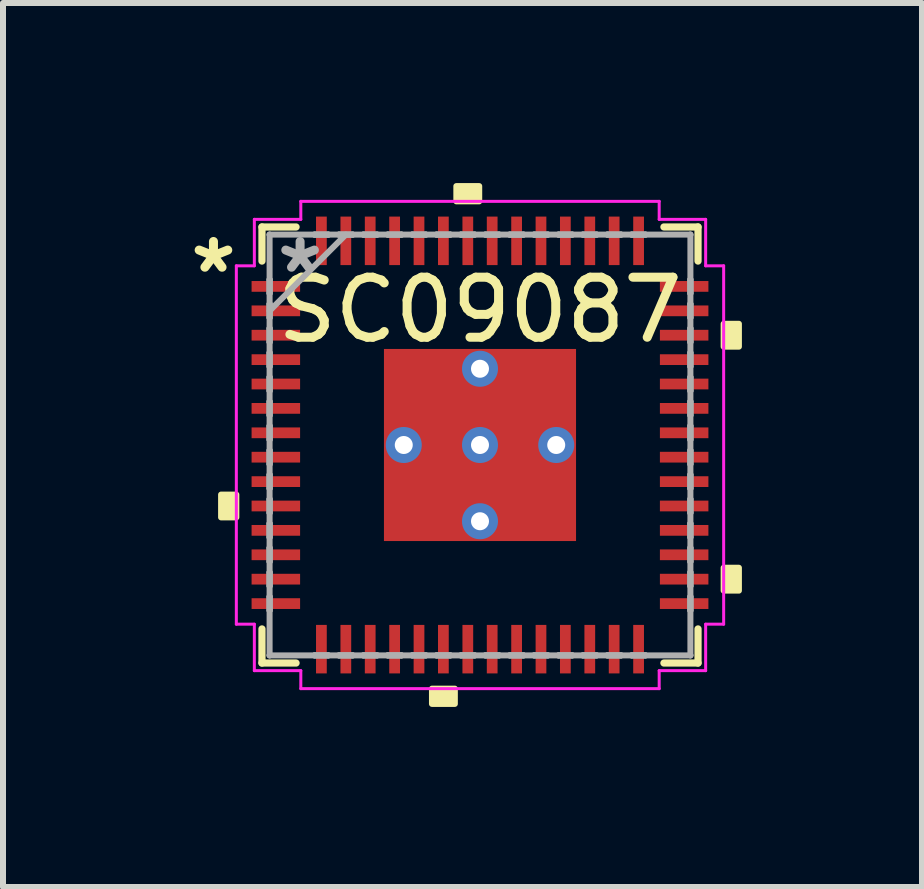
<source format=kicad_pcb>
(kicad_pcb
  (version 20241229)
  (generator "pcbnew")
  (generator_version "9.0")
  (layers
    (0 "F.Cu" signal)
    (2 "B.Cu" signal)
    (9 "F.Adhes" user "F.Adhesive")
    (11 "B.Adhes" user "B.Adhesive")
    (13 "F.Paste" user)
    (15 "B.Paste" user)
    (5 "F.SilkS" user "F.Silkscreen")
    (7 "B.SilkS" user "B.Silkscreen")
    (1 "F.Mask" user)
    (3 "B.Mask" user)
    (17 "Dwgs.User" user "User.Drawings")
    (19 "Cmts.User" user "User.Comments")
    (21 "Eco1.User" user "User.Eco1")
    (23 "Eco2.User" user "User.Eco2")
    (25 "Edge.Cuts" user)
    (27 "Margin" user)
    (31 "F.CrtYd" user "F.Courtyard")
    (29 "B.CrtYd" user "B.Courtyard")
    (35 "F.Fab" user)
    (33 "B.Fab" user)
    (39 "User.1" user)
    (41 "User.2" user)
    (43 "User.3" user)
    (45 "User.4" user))
  (footprint "SC09087"
    (layer "F.Cu")
    (at 4.946 4.363)
    (property "Reference" "SC09087" (at 0 -2.25 0) (layer "F.SilkS") (effects (font (size 1 1) (thickness 0.15))))
    (attr smd)
    (fp_line (start -3.632 -3.632) (end -3.632 -3.064) (stroke (width 0.12) (type solid)) (layer "F.SilkS"))
    (fp_line (start -3.632 3.064) (end -3.632 3.632) (stroke (width 0.12) (type solid)) (layer "F.SilkS"))
    (fp_line (start -3.632 3.632) (end -3.064 3.632) (stroke (width 0.12) (type solid)) (layer "F.SilkS"))
    (fp_line (start -3.064 -3.632) (end -3.632 -3.632) (stroke (width 0.12) (type solid)) (layer "F.SilkS"))
    (fp_line (start 3.064 3.632) (end 3.632 3.632) (stroke (width 0.12) (type solid)) (layer "F.SilkS"))
    (fp_line (start 3.632 -3.632) (end 3.064 -3.632) (stroke (width 0.12) (type solid)) (layer "F.SilkS"))
    (fp_line (start 3.632 -3.064) (end 3.632 -3.632) (stroke (width 0.12) (type solid)) (layer "F.SilkS"))
    (fp_line (start 3.632 3.632) (end 3.632 3.064) (stroke (width 0.12) (type solid)) (layer "F.SilkS"))
    (fp_poly (pts (xy -4.313 0.826) (xy -4.313 1.206) (xy -4.059 1.206) (xy -4.059 0.826)) (stroke (width 0.1) (type solid)) (fill yes) (layer "F.SilkS"))
    (fp_poly (pts (xy -0.8 4.059) (xy -0.8 4.313) (xy -0.419 4.313) (xy -0.419 4.059)) (stroke (width 0.1) (type solid)) (fill yes) (layer "F.SilkS"))
    (fp_poly (pts (xy -0.394 -4.059) (xy -0.394 -4.313) (xy -0.013 -4.313) (xy -0.013 -4.059)) (stroke (width 0.1) (type solid)) (fill yes) (layer "F.SilkS"))
    (fp_poly (pts (xy 4.313 -2.019) (xy 4.313 -1.638) (xy 4.059 -1.638) (xy 4.059 -2.019)) (stroke (width 0.1) (type solid)) (fill yes) (layer "F.SilkS"))
    (fp_poly (pts (xy 4.313 2.045) (xy 4.313 2.426) (xy 4.059 2.426) (xy 4.059 2.045)) (stroke (width 0.1) (type solid)) (fill yes) (layer "F.SilkS"))
    (fp_poly (pts (xy -1.5 -1.5) (xy -1.5 -0.1) (xy -0.1 -0.1) (xy -0.1 -1.5)) (stroke (width 0.1) (type solid)) (fill yes) (layer "F.Paste"))
    (fp_poly (pts (xy -1.5 0.1) (xy -1.5 1.5) (xy -0.1 1.5) (xy -0.1 0.1)) (stroke (width 0.1) (type solid)) (fill yes) (layer "F.Paste"))
    (fp_poly (pts (xy 0.1 -1.5) (xy 0.1 -0.1) (xy 1.5 -0.1) (xy 1.5 -1.5)) (stroke (width 0.1) (type solid)) (fill yes) (layer "F.Paste"))
    (fp_poly (pts (xy 0.1 0.1) (xy 0.1 1.5) (xy 1.5 1.5) (xy 1.5 0.1)) (stroke (width 0.1) (type solid)) (fill yes) (layer "F.Paste"))
    (fp_line (start -4.059 -2.985) (end -3.759 -2.985) (stroke (width 0.05) (type solid)) (layer "F.CrtYd"))
    (fp_line (start -4.059 2.985) (end -4.059 -2.985) (stroke (width 0.05) (type solid)) (layer "F.CrtYd"))
    (fp_line (start -3.759 -3.759) (end -2.985 -3.759) (stroke (width 0.05) (type solid)) (layer "F.CrtYd"))
    (fp_line (start -3.759 -2.985) (end -3.759 -3.759) (stroke (width 0.05) (type solid)) (layer "F.CrtYd"))
    (fp_line (start -3.759 2.985) (end -4.059 2.985) (stroke (width 0.05) (type solid)) (layer "F.CrtYd"))
    (fp_line (start -3.759 3.759) (end -3.759 2.985) (stroke (width 0.05) (type solid)) (layer "F.CrtYd"))
    (fp_line (start -2.985 -4.059) (end 2.985 -4.059) (stroke (width 0.05) (type solid)) (layer "F.CrtYd"))
    (fp_line (start -2.985 -3.759) (end -2.985 -4.059) (stroke (width 0.05) (type solid)) (layer "F.CrtYd"))
    (fp_line (start -2.985 3.759) (end -3.759 3.759) (stroke (width 0.05) (type solid)) (layer "F.CrtYd"))
    (fp_line (start -2.985 4.059) (end -2.985 3.759) (stroke (width 0.05) (type solid)) (layer "F.CrtYd"))
    (fp_line (start 2.985 -4.059) (end 2.985 -3.759) (stroke (width 0.05) (type solid)) (layer "F.CrtYd"))
    (fp_line (start 2.985 -3.759) (end 3.759 -3.759) (stroke (width 0.05) (type solid)) (layer "F.CrtYd"))
    (fp_line (start 2.985 3.759) (end 2.985 4.059) (stroke (width 0.05) (type solid)) (layer "F.CrtYd"))
    (fp_line (start 2.985 4.059) (end -2.985 4.059) (stroke (width 0.05) (type solid)) (layer "F.CrtYd"))
    (fp_line (start 3.759 -3.759) (end 3.759 -2.985) (stroke (width 0.05) (type solid)) (layer "F.CrtYd"))
    (fp_line (start 3.759 -2.985) (end 4.059 -2.985) (stroke (width 0.05) (type solid)) (layer "F.CrtYd"))
    (fp_line (start 3.759 2.985) (end 3.759 3.759) (stroke (width 0.05) (type solid)) (layer "F.CrtYd"))
    (fp_line (start 3.759 3.759) (end 2.985 3.759) (stroke (width 0.05) (type solid)) (layer "F.CrtYd"))
    (fp_line (start 4.059 -2.985) (end 4.059 2.985) (stroke (width 0.05) (type solid)) (layer "F.CrtYd"))
    (fp_line (start 4.059 2.985) (end 3.759 2.985) (stroke (width 0.05) (type solid)) (layer "F.CrtYd"))
    (fp_line (start -3.505 -3.505) (end -3.505 -3.505) (stroke (width 0.1) (type solid)) (layer "F.Fab"))
    (fp_line (start -3.505 -3.505) (end -3.505 3.505) (stroke (width 0.1) (type solid)) (layer "F.Fab"))
    (fp_line (start -3.505 -2.756) (end -3.505 -2.756) (stroke (width 0.1) (type solid)) (layer "F.Fab"))
    (fp_line (start -3.505 -2.756) (end -3.505 -2.527) (stroke (width 0.1) (type solid)) (layer "F.Fab"))
    (fp_line (start -3.505 -2.527) (end -3.505 -2.756) (stroke (width 0.1) (type solid)) (layer "F.Fab"))
    (fp_line (start -3.505 -2.527) (end -3.505 -2.527) (stroke (width 0.1) (type solid)) (layer "F.Fab"))
    (fp_line (start -3.505 -2.349) (end -3.505 -2.349) (stroke (width 0.1) (type solid)) (layer "F.Fab"))
    (fp_line (start -3.505 -2.349) (end -3.505 -2.121) (stroke (width 0.1) (type solid)) (layer "F.Fab"))
    (fp_line (start -3.505 -2.235) (end -2.235 -3.505) (stroke (width 0.1) (type solid)) (layer "F.Fab"))
    (fp_line (start -3.505 -2.121) (end -3.505 -2.349) (stroke (width 0.1) (type solid)) (layer "F.Fab"))
    (fp_line (start -3.505 -2.121) (end -3.505 -2.121) (stroke (width 0.1) (type solid)) (layer "F.Fab"))
    (fp_line (start -3.505 -1.943) (end -3.505 -1.943) (stroke (width 0.1) (type solid)) (layer "F.Fab"))
    (fp_line (start -3.505 -1.943) (end -3.505 -1.714) (stroke (width 0.1) (type solid)) (layer "F.Fab"))
    (fp_line (start -3.505 -1.714) (end -3.505 -1.943) (stroke (width 0.1) (type solid)) (layer "F.Fab"))
    (fp_line (start -3.505 -1.714) (end -3.505 -1.714) (stroke (width 0.1) (type solid)) (layer "F.Fab"))
    (fp_line (start -3.505 -1.537) (end -3.505 -1.537) (stroke (width 0.1) (type solid)) (layer "F.Fab"))
    (fp_line (start -3.505 -1.537) (end -3.505 -1.308) (stroke (width 0.1) (type solid)) (layer "F.Fab"))
    (fp_line (start -3.505 -1.308) (end -3.505 -1.537) (stroke (width 0.1) (type solid)) (layer "F.Fab"))
    (fp_line (start -3.505 -1.308) (end -3.505 -1.308) (stroke (width 0.1) (type solid)) (layer "F.Fab"))
    (fp_line (start -3.505 -1.13) (end -3.505 -1.13) (stroke (width 0.1) (type solid)) (layer "F.Fab"))
    (fp_line (start -3.505 -1.13) (end -3.505 -0.902) (stroke (width 0.1) (type solid)) (layer "F.Fab"))
    (fp_line (start -3.505 -0.902) (end -3.505 -1.13) (stroke (width 0.1) (type solid)) (layer "F.Fab"))
    (fp_line (start -3.505 -0.902) (end -3.505 -0.902) (stroke (width 0.1) (type solid)) (layer "F.Fab"))
    (fp_line (start -3.505 -0.724) (end -3.505 -0.724) (stroke (width 0.1) (type solid)) (layer "F.Fab"))
    (fp_line (start -3.505 -0.724) (end -3.505 -0.495) (stroke (width 0.1) (type solid)) (layer "F.Fab"))
    (fp_line (start -3.505 -0.495) (end -3.505 -0.724) (stroke (width 0.1) (type solid)) (layer "F.Fab"))
    (fp_line (start -3.505 -0.495) (end -3.505 -0.495) (stroke (width 0.1) (type solid)) (layer "F.Fab"))
    (fp_line (start -3.505 -0.318) (end -3.505 -0.318) (stroke (width 0.1) (type solid)) (layer "F.Fab"))
    (fp_line (start -3.505 -0.318) (end -3.505 -0.089) (stroke (width 0.1) (type solid)) (layer "F.Fab"))
    (fp_line (start -3.505 -0.089) (end -3.505 -0.318) (stroke (width 0.1) (type solid)) (layer "F.Fab"))
    (fp_line (start -3.505 -0.089) (end -3.505 -0.089) (stroke (width 0.1) (type solid)) (layer "F.Fab"))
    (fp_line (start -3.505 0.089) (end -3.505 0.089) (stroke (width 0.1) (type solid)) (layer "F.Fab"))
    (fp_line (start -3.505 0.089) (end -3.505 0.318) (stroke (width 0.1) (type solid)) (layer "F.Fab"))
    (fp_line (start -3.505 0.318) (end -3.505 0.089) (stroke (width 0.1) (type solid)) (layer "F.Fab"))
    (fp_line (start -3.505 0.318) (end -3.505 0.318) (stroke (width 0.1) (type solid)) (layer "F.Fab"))
    (fp_line (start -3.505 0.495) (end -3.505 0.495) (stroke (width 0.1) (type solid)) (layer "F.Fab"))
    (fp_line (start -3.505 0.495) (end -3.505 0.724) (stroke (width 0.1) (type solid)) (layer "F.Fab"))
    (fp_line (start -3.505 0.724) (end -3.505 0.495) (stroke (width 0.1) (type solid)) (layer "F.Fab"))
    (fp_line (start -3.505 0.724) (end -3.505 0.724) (stroke (width 0.1) (type solid)) (layer "F.Fab"))
    (fp_line (start -3.505 0.902) (end -3.505 0.902) (stroke (width 0.1) (type solid)) (layer "F.Fab"))
    (fp_line (start -3.505 0.902) (end -3.505 1.13) (stroke (width 0.1) (type solid)) (layer "F.Fab"))
    (fp_line (start -3.505 1.13) (end -3.505 0.902) (stroke (width 0.1) (type solid)) (layer "F.Fab"))
    (fp_line (start -3.505 1.13) (end -3.505 1.13) (stroke (width 0.1) (type solid)) (layer "F.Fab"))
    (fp_line (start -3.505 1.308) (end -3.505 1.308) (stroke (width 0.1) (type solid)) (layer "F.Fab"))
    (fp_line (start -3.505 1.308) (end -3.505 1.537) (stroke (width 0.1) (type solid)) (layer "F.Fab"))
    (fp_line (start -3.505 1.537) (end -3.505 1.308) (stroke (width 0.1) (type solid)) (layer "F.Fab"))
    (fp_line (start -3.505 1.537) (end -3.505 1.537) (stroke (width 0.1) (type solid)) (layer "F.Fab"))
    (fp_line (start -3.505 1.714) (end -3.505 1.714) (stroke (width 0.1) (type solid)) (layer "F.Fab"))
    (fp_line (start -3.505 1.714) (end -3.505 1.943) (stroke (width 0.1) (type solid)) (layer "F.Fab"))
    (fp_line (start -3.505 1.943) (end -3.505 1.714) (stroke (width 0.1) (type solid)) (layer "F.Fab"))
    (fp_line (start -3.505 1.943) (end -3.505 1.943) (stroke (width 0.1) (type solid)) (layer "F.Fab"))
    (fp_line (start -3.505 2.121) (end -3.505 2.121) (stroke (width 0.1) (type solid)) (layer "F.Fab"))
    (fp_line (start -3.505 2.121) (end -3.505 2.349) (stroke (width 0.1) (type solid)) (layer "F.Fab"))
    (fp_line (start -3.505 2.349) (end -3.505 2.121) (stroke (width 0.1) (type solid)) (layer "F.Fab"))
    (fp_line (start -3.505 2.349) (end -3.505 2.349) (stroke (width 0.1) (type solid)) (layer "F.Fab"))
    (fp_line (start -3.505 2.527) (end -3.505 2.527) (stroke (width 0.1) (type solid)) (layer "F.Fab"))
    (fp_line (start -3.505 2.527) (end -3.505 2.756) (stroke (width 0.1) (type solid)) (layer "F.Fab"))
    (fp_line (start -3.505 2.756) (end -3.505 2.527) (stroke (width 0.1) (type solid)) (layer "F.Fab"))
    (fp_line (start -3.505 2.756) (end -3.505 2.756) (stroke (width 0.1) (type solid)) (layer "F.Fab"))
    (fp_line (start -3.505 3.505) (end -3.505 3.505) (stroke (width 0.1) (type solid)) (layer "F.Fab"))
    (fp_line (start -3.505 3.505) (end 3.505 3.505) (stroke (width 0.1) (type solid)) (layer "F.Fab"))
    (fp_line (start -2.756 -3.505) (end -2.756 -3.505) (stroke (width 0.1) (type solid)) (layer "F.Fab"))
    (fp_line (start -2.756 -3.505) (end -2.527 -3.505) (stroke (width 0.1) (type solid)) (layer "F.Fab"))
    (fp_line (start -2.756 3.505) (end -2.756 3.505) (stroke (width 0.1) (type solid)) (layer "F.Fab"))
    (fp_line (start -2.756 3.505) (end -2.527 3.505) (stroke (width 0.1) (type solid)) (layer "F.Fab"))
    (fp_line (start -2.527 -3.505) (end -2.756 -3.505) (stroke (width 0.1) (type solid)) (layer "F.Fab"))
    (fp_line (start -2.527 -3.505) (end -2.527 -3.505) (stroke (width 0.1) (type solid)) (layer "F.Fab"))
    (fp_line (start -2.527 3.505) (end -2.756 3.505) (stroke (width 0.1) (type solid)) (layer "F.Fab"))
    (fp_line (start -2.527 3.505) (end -2.527 3.505) (stroke (width 0.1) (type solid)) (layer "F.Fab"))
    (fp_line (start -2.349 -3.505) (end -2.349 -3.505) (stroke (width 0.1) (type solid)) (layer "F.Fab"))
    (fp_line (start -2.349 -3.505) (end -2.121 -3.505) (stroke (width 0.1) (type solid)) (layer "F.Fab"))
    (fp_line (start -2.349 3.505) (end -2.349 3.505) (stroke (width 0.1) (type solid)) (layer "F.Fab"))
    (fp_line (start -2.349 3.505) (end -2.121 3.505) (stroke (width 0.1) (type solid)) (layer "F.Fab"))
    (fp_line (start -2.121 -3.505) (end -2.349 -3.505) (stroke (width 0.1) (type solid)) (layer "F.Fab"))
    (fp_line (start -2.121 -3.505) (end -2.121 -3.505) (stroke (width 0.1) (type solid)) (layer "F.Fab"))
    (fp_line (start -2.121 3.505) (end -2.349 3.505) (stroke (width 0.1) (type solid)) (layer "F.Fab"))
    (fp_line (start -2.121 3.505) (end -2.121 3.505) (stroke (width 0.1) (type solid)) (layer "F.Fab"))
    (fp_line (start -1.943 -3.505) (end -1.943 -3.505) (stroke (width 0.1) (type solid)) (layer "F.Fab"))
    (fp_line (start -1.943 -3.505) (end -1.714 -3.505) (stroke (width 0.1) (type solid)) (layer "F.Fab"))
    (fp_line (start -1.943 3.505) (end -1.943 3.505) (stroke (width 0.1) (type solid)) (layer "F.Fab"))
    (fp_line (start -1.943 3.505) (end -1.714 3.505) (stroke (width 0.1) (type solid)) (layer "F.Fab"))
    (fp_line (start -1.714 -3.505) (end -1.943 -3.505) (stroke (width 0.1) (type solid)) (layer "F.Fab"))
    (fp_line (start -1.714 -3.505) (end -1.714 -3.505) (stroke (width 0.1) (type solid)) (layer "F.Fab"))
    (fp_line (start -1.714 3.505) (end -1.943 3.505) (stroke (width 0.1) (type solid)) (layer "F.Fab"))
    (fp_line (start -1.714 3.505) (end -1.714 3.505) (stroke (width 0.1) (type solid)) (layer "F.Fab"))
    (fp_line (start -1.537 -3.505) (end -1.537 -3.505) (stroke (width 0.1) (type solid)) (layer "F.Fab"))
    (fp_line (start -1.537 -3.505) (end -1.308 -3.505) (stroke (width 0.1) (type solid)) (layer "F.Fab"))
    (fp_line (start -1.537 3.505) (end -1.537 3.505) (stroke (width 0.1) (type solid)) (layer "F.Fab"))
    (fp_line (start -1.537 3.505) (end -1.308 3.505) (stroke (width 0.1) (type solid)) (layer "F.Fab"))
    (fp_line (start -1.308 -3.505) (end -1.537 -3.505) (stroke (width 0.1) (type solid)) (layer "F.Fab"))
    (fp_line (start -1.308 -3.505) (end -1.308 -3.505) (stroke (width 0.1) (type solid)) (layer "F.Fab"))
    (fp_line (start -1.308 3.505) (end -1.537 3.505) (stroke (width 0.1) (type solid)) (layer "F.Fab"))
    (fp_line (start -1.308 3.505) (end -1.308 3.505) (stroke (width 0.1) (type solid)) (layer "F.Fab"))
    (fp_line (start -1.13 -3.505) (end -1.13 -3.505) (stroke (width 0.1) (type solid)) (layer "F.Fab"))
    (fp_line (start -1.13 -3.505) (end -0.902 -3.505) (stroke (width 0.1) (type solid)) (layer "F.Fab"))
    (fp_line (start -1.13 3.505) (end -1.13 3.505) (stroke (width 0.1) (type solid)) (layer "F.Fab"))
    (fp_line (start -1.13 3.505) (end -0.902 3.505) (stroke (width 0.1) (type solid)) (layer "F.Fab"))
    (fp_line (start -0.902 -3.505) (end -1.13 -3.505) (stroke (width 0.1) (type solid)) (layer "F.Fab"))
    (fp_line (start -0.902 -3.505) (end -0.902 -3.505) (stroke (width 0.1) (type solid)) (layer "F.Fab"))
    (fp_line (start -0.902 3.505) (end -1.13 3.505) (stroke (width 0.1) (type solid)) (layer "F.Fab"))
    (fp_line (start -0.902 3.505) (end -0.902 3.505) (stroke (width 0.1) (type solid)) (layer "F.Fab"))
    (fp_line (start -0.724 -3.505) (end -0.724 -3.505) (stroke (width 0.1) (type solid)) (layer "F.Fab"))
    (fp_line (start -0.724 -3.505) (end -0.495 -3.505) (stroke (width 0.1) (type solid)) (layer "F.Fab"))
    (fp_line (start -0.724 3.505) (end -0.724 3.505) (stroke (width 0.1) (type solid)) (layer "F.Fab"))
    (fp_line (start -0.724 3.505) (end -0.495 3.505) (stroke (width 0.1) (type solid)) (layer "F.Fab"))
    (fp_line (start -0.495 -3.505) (end -0.724 -3.505) (stroke (width 0.1) (type solid)) (layer "F.Fab"))
    (fp_line (start -0.495 -3.505) (end -0.495 -3.505) (stroke (width 0.1) (type solid)) (layer "F.Fab"))
    (fp_line (start -0.495 3.505) (end -0.724 3.505) (stroke (width 0.1) (type solid)) (layer "F.Fab"))
    (fp_line (start -0.495 3.505) (end -0.495 3.505) (stroke (width 0.1) (type solid)) (layer "F.Fab"))
    (fp_line (start -0.318 -3.505) (end -0.318 -3.505) (stroke (width 0.1) (type solid)) (layer "F.Fab"))
    (fp_line (start -0.318 -3.505) (end -0.089 -3.505) (stroke (width 0.1) (type solid)) (layer "F.Fab"))
    (fp_line (start -0.318 3.505) (end -0.318 3.505) (stroke (width 0.1) (type solid)) (layer "F.Fab"))
    (fp_line (start -0.318 3.505) (end -0.089 3.505) (stroke (width 0.1) (type solid)) (layer "F.Fab"))
    (fp_line (start -0.089 -3.505) (end -0.318 -3.505) (stroke (width 0.1) (type solid)) (layer "F.Fab"))
    (fp_line (start -0.089 -3.505) (end -0.089 -3.505) (stroke (width 0.1) (type solid)) (layer "F.Fab"))
    (fp_line (start -0.089 3.505) (end -0.318 3.505) (stroke (width 0.1) (type solid)) (layer "F.Fab"))
    (fp_line (start -0.089 3.505) (end -0.089 3.505) (stroke (width 0.1) (type solid)) (layer "F.Fab"))
    (fp_line (start 0.089 -3.505) (end 0.089 -3.505) (stroke (width 0.1) (type solid)) (layer "F.Fab"))
    (fp_line (start 0.089 -3.505) (end 0.318 -3.505) (stroke (width 0.1) (type solid)) (layer "F.Fab"))
    (fp_line (start 0.089 3.505) (end 0.089 3.505) (stroke (width 0.1) (type solid)) (layer "F.Fab"))
    (fp_line (start 0.089 3.505) (end 0.318 3.505) (stroke (width 0.1) (type solid)) (layer "F.Fab"))
    (fp_line (start 0.318 -3.505) (end 0.089 -3.505) (stroke (width 0.1) (type solid)) (layer "F.Fab"))
    (fp_line (start 0.318 -3.505) (end 0.318 -3.505) (stroke (width 0.1) (type solid)) (layer "F.Fab"))
    (fp_line (start 0.318 3.505) (end 0.089 3.505) (stroke (width 0.1) (type solid)) (layer "F.Fab"))
    (fp_line (start 0.318 3.505) (end 0.318 3.505) (stroke (width 0.1) (type solid)) (layer "F.Fab"))
    (fp_line (start 0.495 -3.505) (end 0.495 -3.505) (stroke (width 0.1) (type solid)) (layer "F.Fab"))
    (fp_line (start 0.495 -3.505) (end 0.724 -3.505) (stroke (width 0.1) (type solid)) (layer "F.Fab"))
    (fp_line (start 0.495 3.505) (end 0.495 3.505) (stroke (width 0.1) (type solid)) (layer "F.Fab"))
    (fp_line (start 0.495 3.505) (end 0.724 3.505) (stroke (width 0.1) (type solid)) (layer "F.Fab"))
    (fp_line (start 0.724 -3.505) (end 0.495 -3.505) (stroke (width 0.1) (type solid)) (layer "F.Fab"))
    (fp_line (start 0.724 -3.505) (end 0.724 -3.505) (stroke (width 0.1) (type solid)) (layer "F.Fab"))
    (fp_line (start 0.724 3.505) (end 0.495 3.505) (stroke (width 0.1) (type solid)) (layer "F.Fab"))
    (fp_line (start 0.724 3.505) (end 0.724 3.505) (stroke (width 0.1) (type solid)) (layer "F.Fab"))
    (fp_line (start 0.902 -3.505) (end 0.902 -3.505) (stroke (width 0.1) (type solid)) (layer "F.Fab"))
    (fp_line (start 0.902 -3.505) (end 1.13 -3.505) (stroke (width 0.1) (type solid)) (layer "F.Fab"))
    (fp_line (start 0.902 3.505) (end 0.902 3.505) (stroke (width 0.1) (type solid)) (layer "F.Fab"))
    (fp_line (start 0.902 3.505) (end 1.13 3.505) (stroke (width 0.1) (type solid)) (layer "F.Fab"))
    (fp_line (start 1.13 -3.505) (end 0.902 -3.505) (stroke (width 0.1) (type solid)) (layer "F.Fab"))
    (fp_line (start 1.13 -3.505) (end 1.13 -3.505) (stroke (width 0.1) (type solid)) (layer "F.Fab"))
    (fp_line (start 1.13 3.505) (end 0.902 3.505) (stroke (width 0.1) (type solid)) (layer "F.Fab"))
    (fp_line (start 1.13 3.505) (end 1.13 3.505) (stroke (width 0.1) (type solid)) (layer "F.Fab"))
    (fp_line (start 1.308 -3.505) (end 1.308 -3.505) (stroke (width 0.1) (type solid)) (layer "F.Fab"))
    (fp_line (start 1.308 -3.505) (end 1.537 -3.505) (stroke (width 0.1) (type solid)) (layer "F.Fab"))
    (fp_line (start 1.308 3.505) (end 1.308 3.505) (stroke (width 0.1) (type solid)) (layer "F.Fab"))
    (fp_line (start 1.308 3.505) (end 1.537 3.505) (stroke (width 0.1) (type solid)) (layer "F.Fab"))
    (fp_line (start 1.537 -3.505) (end 1.308 -3.505) (stroke (width 0.1) (type solid)) (layer "F.Fab"))
    (fp_line (start 1.537 -3.505) (end 1.537 -3.505) (stroke (width 0.1) (type solid)) (layer "F.Fab"))
    (fp_line (start 1.537 3.505) (end 1.308 3.505) (stroke (width 0.1) (type solid)) (layer "F.Fab"))
    (fp_line (start 1.537 3.505) (end 1.537 3.505) (stroke (width 0.1) (type solid)) (layer "F.Fab"))
    (fp_line (start 1.714 -3.505) (end 1.714 -3.505) (stroke (width 0.1) (type solid)) (layer "F.Fab"))
    (fp_line (start 1.714 -3.505) (end 1.943 -3.505) (stroke (width 0.1) (type solid)) (layer "F.Fab"))
    (fp_line (start 1.714 3.505) (end 1.714 3.505) (stroke (width 0.1) (type solid)) (layer "F.Fab"))
    (fp_line (start 1.714 3.505) (end 1.943 3.505) (stroke (width 0.1) (type solid)) (layer "F.Fab"))
    (fp_line (start 1.943 -3.505) (end 1.714 -3.505) (stroke (width 0.1) (type solid)) (layer "F.Fab"))
    (fp_line (start 1.943 -3.505) (end 1.943 -3.505) (stroke (width 0.1) (type solid)) (layer "F.Fab"))
    (fp_line (start 1.943 3.505) (end 1.714 3.505) (stroke (width 0.1) (type solid)) (layer "F.Fab"))
    (fp_line (start 1.943 3.505) (end 1.943 3.505) (stroke (width 0.1) (type solid)) (layer "F.Fab"))
    (fp_line (start 2.121 -3.505) (end 2.121 -3.505) (stroke (width 0.1) (type solid)) (layer "F.Fab"))
    (fp_line (start 2.121 -3.505) (end 2.349 -3.505) (stroke (width 0.1) (type solid)) (layer "F.Fab"))
    (fp_line (start 2.121 3.505) (end 2.121 3.505) (stroke (width 0.1) (type solid)) (layer "F.Fab"))
    (fp_line (start 2.121 3.505) (end 2.349 3.505) (stroke (width 0.1) (type solid)) (layer "F.Fab"))
    (fp_line (start 2.349 -3.505) (end 2.121 -3.505) (stroke (width 0.1) (type solid)) (layer "F.Fab"))
    (fp_line (start 2.349 -3.505) (end 2.349 -3.505) (stroke (width 0.1) (type solid)) (layer "F.Fab"))
    (fp_line (start 2.349 3.505) (end 2.121 3.505) (stroke (width 0.1) (type solid)) (layer "F.Fab"))
    (fp_line (start 2.349 3.505) (end 2.349 3.505) (stroke (width 0.1) (type solid)) (layer "F.Fab"))
    (fp_line (start 2.527 -3.505) (end 2.527 -3.505) (stroke (width 0.1) (type solid)) (layer "F.Fab"))
    (fp_line (start 2.527 -3.505) (end 2.756 -3.505) (stroke (width 0.1) (type solid)) (layer "F.Fab"))
    (fp_line (start 2.527 3.505) (end 2.527 3.505) (stroke (width 0.1) (type solid)) (layer "F.Fab"))
    (fp_line (start 2.527 3.505) (end 2.756 3.505) (stroke (width 0.1) (type solid)) (layer "F.Fab"))
    (fp_line (start 2.756 -3.505) (end 2.527 -3.505) (stroke (width 0.1) (type solid)) (layer "F.Fab"))
    (fp_line (start 2.756 -3.505) (end 2.756 -3.505) (stroke (width 0.1) (type solid)) (layer "F.Fab"))
    (fp_line (start 2.756 3.505) (end 2.527 3.505) (stroke (width 0.1) (type solid)) (layer "F.Fab"))
    (fp_line (start 2.756 3.505) (end 2.756 3.505) (stroke (width 0.1) (type solid)) (layer "F.Fab"))
    (fp_line (start 3.505 -3.505) (end -3.505 -3.505) (stroke (width 0.1) (type solid)) (layer "F.Fab"))
    (fp_line (start 3.505 -3.505) (end 3.505 -3.505) (stroke (width 0.1) (type solid)) (layer "F.Fab"))
    (fp_line (start 3.505 -2.756) (end 3.505 -2.756) (stroke (width 0.1) (type solid)) (layer "F.Fab"))
    (fp_line (start 3.505 -2.756) (end 3.505 -2.527) (stroke (width 0.1) (type solid)) (layer "F.Fab"))
    (fp_line (start 3.505 -2.527) (end 3.505 -2.756) (stroke (width 0.1) (type solid)) (layer "F.Fab"))
    (fp_line (start 3.505 -2.527) (end 3.505 -2.527) (stroke (width 0.1) (type solid)) (layer "F.Fab"))
    (fp_line (start 3.505 -2.349) (end 3.505 -2.349) (stroke (width 0.1) (type solid)) (layer "F.Fab"))
    (fp_line (start 3.505 -2.349) (end 3.505 -2.121) (stroke (width 0.1) (type solid)) (layer "F.Fab"))
    (fp_line (start 3.505 -2.121) (end 3.505 -2.349) (stroke (width 0.1) (type solid)) (layer "F.Fab"))
    (fp_line (start 3.505 -2.121) (end 3.505 -2.121) (stroke (width 0.1) (type solid)) (layer "F.Fab"))
    (fp_line (start 3.505 -1.943) (end 3.505 -1.943) (stroke (width 0.1) (type solid)) (layer "F.Fab"))
    (fp_line (start 3.505 -1.943) (end 3.505 -1.714) (stroke (width 0.1) (type solid)) (layer "F.Fab"))
    (fp_line (start 3.505 -1.714) (end 3.505 -1.943) (stroke (width 0.1) (type solid)) (layer "F.Fab"))
    (fp_line (start 3.505 -1.714) (end 3.505 -1.714) (stroke (width 0.1) (type solid)) (layer "F.Fab"))
    (fp_line (start 3.505 -1.537) (end 3.505 -1.537) (stroke (width 0.1) (type solid)) (layer "F.Fab"))
    (fp_line (start 3.505 -1.537) (end 3.505 -1.308) (stroke (width 0.1) (type solid)) (layer "F.Fab"))
    (fp_line (start 3.505 -1.308) (end 3.505 -1.537) (stroke (width 0.1) (type solid)) (layer "F.Fab"))
    (fp_line (start 3.505 -1.308) (end 3.505 -1.308) (stroke (width 0.1) (type solid)) (layer "F.Fab"))
    (fp_line (start 3.505 -1.13) (end 3.505 -1.13) (stroke (width 0.1) (type solid)) (layer "F.Fab"))
    (fp_line (start 3.505 -1.13) (end 3.505 -0.902) (stroke (width 0.1) (type solid)) (layer "F.Fab"))
    (fp_line (start 3.505 -0.902) (end 3.505 -1.13) (stroke (width 0.1) (type solid)) (layer "F.Fab"))
    (fp_line (start 3.505 -0.902) (end 3.505 -0.902) (stroke (width 0.1) (type solid)) (layer "F.Fab"))
    (fp_line (start 3.505 -0.724) (end 3.505 -0.724) (stroke (width 0.1) (type solid)) (layer "F.Fab"))
    (fp_line (start 3.505 -0.724) (end 3.505 -0.495) (stroke (width 0.1) (type solid)) (layer "F.Fab"))
    (fp_line (start 3.505 -0.495) (end 3.505 -0.724) (stroke (width 0.1) (type solid)) (layer "F.Fab"))
    (fp_line (start 3.505 -0.495) (end 3.505 -0.495) (stroke (width 0.1) (type solid)) (layer "F.Fab"))
    (fp_line (start 3.505 -0.318) (end 3.505 -0.318) (stroke (width 0.1) (type solid)) (layer "F.Fab"))
    (fp_line (start 3.505 -0.318) (end 3.505 -0.089) (stroke (width 0.1) (type solid)) (layer "F.Fab"))
    (fp_line (start 3.505 -0.089) (end 3.505 -0.318) (stroke (width 0.1) (type solid)) (layer "F.Fab"))
    (fp_line (start 3.505 -0.089) (end 3.505 -0.089) (stroke (width 0.1) (type solid)) (layer "F.Fab"))
    (fp_line (start 3.505 0.089) (end 3.505 0.089) (stroke (width 0.1) (type solid)) (layer "F.Fab"))
    (fp_line (start 3.505 0.089) (end 3.505 0.318) (stroke (width 0.1) (type solid)) (layer "F.Fab"))
    (fp_line (start 3.505 0.318) (end 3.505 0.089) (stroke (width 0.1) (type solid)) (layer "F.Fab"))
    (fp_line (start 3.505 0.318) (end 3.505 0.318) (stroke (width 0.1) (type solid)) (layer "F.Fab"))
    (fp_line (start 3.505 0.495) (end 3.505 0.495) (stroke (width 0.1) (type solid)) (layer "F.Fab"))
    (fp_line (start 3.505 0.495) (end 3.505 0.724) (stroke (width 0.1) (type solid)) (layer "F.Fab"))
    (fp_line (start 3.505 0.724) (end 3.505 0.495) (stroke (width 0.1) (type solid)) (layer "F.Fab"))
    (fp_line (start 3.505 0.724) (end 3.505 0.724) (stroke (width 0.1) (type solid)) (layer "F.Fab"))
    (fp_line (start 3.505 0.902) (end 3.505 0.902) (stroke (width 0.1) (type solid)) (layer "F.Fab"))
    (fp_line (start 3.505 0.902) (end 3.505 1.13) (stroke (width 0.1) (type solid)) (layer "F.Fab"))
    (fp_line (start 3.505 1.13) (end 3.505 0.902) (stroke (width 0.1) (type solid)) (layer "F.Fab"))
    (fp_line (start 3.505 1.13) (end 3.505 1.13) (stroke (width 0.1) (type solid)) (layer "F.Fab"))
    (fp_line (start 3.505 1.308) (end 3.505 1.308) (stroke (width 0.1) (type solid)) (layer "F.Fab"))
    (fp_line (start 3.505 1.308) (end 3.505 1.537) (stroke (width 0.1) (type solid)) (layer "F.Fab"))
    (fp_line (start 3.505 1.537) (end 3.505 1.308) (stroke (width 0.1) (type solid)) (layer "F.Fab"))
    (fp_line (start 3.505 1.537) (end 3.505 1.537) (stroke (width 0.1) (type solid)) (layer "F.Fab"))
    (fp_line (start 3.505 1.714) (end 3.505 1.714) (stroke (width 0.1) (type solid)) (layer "F.Fab"))
    (fp_line (start 3.505 1.714) (end 3.505 1.943) (stroke (width 0.1) (type solid)) (layer "F.Fab"))
    (fp_line (start 3.505 1.943) (end 3.505 1.714) (stroke (width 0.1) (type solid)) (layer "F.Fab"))
    (fp_line (start 3.505 1.943) (end 3.505 1.943) (stroke (width 0.1) (type solid)) (layer "F.Fab"))
    (fp_line (start 3.505 2.121) (end 3.505 2.121) (stroke (width 0.1) (type solid)) (layer "F.Fab"))
    (fp_line (start 3.505 2.121) (end 3.505 2.349) (stroke (width 0.1) (type solid)) (layer "F.Fab"))
    (fp_line (start 3.505 2.349) (end 3.505 2.121) (stroke (width 0.1) (type solid)) (layer "F.Fab"))
    (fp_line (start 3.505 2.349) (end 3.505 2.349) (stroke (width 0.1) (type solid)) (layer "F.Fab"))
    (fp_line (start 3.505 2.527) (end 3.505 2.527) (stroke (width 0.1) (type solid)) (layer "F.Fab"))
    (fp_line (start 3.505 2.527) (end 3.505 2.756) (stroke (width 0.1) (type solid)) (layer "F.Fab"))
    (fp_line (start 3.505 2.756) (end 3.505 2.527) (stroke (width 0.1) (type solid)) (layer "F.Fab"))
    (fp_line (start 3.505 2.756) (end 3.505 2.756) (stroke (width 0.1) (type solid)) (layer "F.Fab"))
    (fp_line (start 3.505 3.505) (end 3.505 -3.505) (stroke (width 0.1) (type solid)) (layer "F.Fab"))
    (fp_line (start 3.505 3.505) (end 3.505 3.505) (stroke (width 0.1) (type solid)) (layer "F.Fab"))
    (fp_text user "*" (at -4.44 -2.845 0) (layer "F.SilkS") (effects (font (size 1 1) (thickness 0.15))))
    (fp_text user "*" (at -2.997 -2.845 0) (layer "F.Fab") (effects (font (size 1 1) (thickness 0.15))))
    (pad "1" smd rect (at -3.401 -2.642 90) (size 0.179 0.808) (layers "F.Cu" "F.Mask" "F.Paste"))
    (pad "2" smd rect (at -3.401 -2.235 90) (size 0.179 0.808) (layers "F.Cu" "F.Mask" "F.Paste"))
    (pad "3" smd rect (at -3.401 -1.829 90) (size 0.179 0.808) (layers "F.Cu" "F.Mask" "F.Paste"))
    (pad "4" smd rect (at -3.401 -1.422 90) (size 0.179 0.808) (layers "F.Cu" "F.Mask" "F.Paste"))
    (pad "5" smd rect (at -3.401 -1.016 90) (size 0.179 0.808) (layers "F.Cu" "F.Mask" "F.Paste"))
    (pad "6" smd rect (at -3.401 -0.61 90) (size 0.179 0.808) (layers "F.Cu" "F.Mask" "F.Paste"))
    (pad "7" smd rect (at -3.401 -0.203 90) (size 0.179 0.808) (layers "F.Cu" "F.Mask" "F.Paste"))
    (pad "8" smd rect (at -3.401 0.203 90) (size 0.179 0.808) (layers "F.Cu" "F.Mask" "F.Paste"))
    (pad "9" smd rect (at -3.401 0.61 90) (size 0.179 0.808) (layers "F.Cu" "F.Mask" "F.Paste"))
    (pad "10" smd rect (at -3.401 1.016 90) (size 0.179 0.808) (layers "F.Cu" "F.Mask" "F.Paste"))
    (pad "11" smd rect (at -3.401 1.422 90) (size 0.179 0.808) (layers "F.Cu" "F.Mask" "F.Paste"))
    (pad "12" smd rect (at -3.401 1.829 90) (size 0.179 0.808) (layers "F.Cu" "F.Mask" "F.Paste"))
    (pad "13" smd rect (at -3.401 2.235 90) (size 0.179 0.808) (layers "F.Cu" "F.Mask" "F.Paste"))
    (pad "14" smd rect (at -3.401 2.642 90) (size 0.179 0.808) (layers "F.Cu" "F.Mask" "F.Paste"))
    (pad "15" smd rect (at -2.642 3.401) (size 0.179 0.808) (layers "F.Cu" "F.Mask" "F.Paste"))
    (pad "16" smd rect (at -2.235 3.401) (size 0.179 0.808) (layers "F.Cu" "F.Mask" "F.Paste"))
    (pad "17" smd rect (at -1.829 3.401) (size 0.179 0.808) (layers "F.Cu" "F.Mask" "F.Paste"))
    (pad "18" smd rect (at -1.422 3.401) (size 0.179 0.808) (layers "F.Cu" "F.Mask" "F.Paste"))
    (pad "19" smd rect (at -1.016 3.401) (size 0.179 0.808) (layers "F.Cu" "F.Mask" "F.Paste"))
    (pad "20" smd rect (at -0.61 3.401) (size 0.179 0.808) (layers "F.Cu" "F.Mask" "F.Paste"))
    (pad "21" smd rect (at -0.203 3.401) (size 0.179 0.808) (layers "F.Cu" "F.Mask" "F.Paste"))
    (pad "22" smd rect (at 0.203 3.401) (size 0.179 0.808) (layers "F.Cu" "F.Mask" "F.Paste"))
    (pad "23" smd rect (at 0.61 3.401) (size 0.179 0.808) (layers "F.Cu" "F.Mask" "F.Paste"))
    (pad "24" smd rect (at 1.016 3.401) (size 0.179 0.808) (layers "F.Cu" "F.Mask" "F.Paste"))
    (pad "25" smd rect (at 1.422 3.401) (size 0.179 0.808) (layers "F.Cu" "F.Mask" "F.Paste"))
    (pad "26" smd rect (at 1.829 3.401) (size 0.179 0.808) (layers "F.Cu" "F.Mask" "F.Paste"))
    (pad "27" smd rect (at 2.235 3.401) (size 0.179 0.808) (layers "F.Cu" "F.Mask" "F.Paste"))
    (pad "28" smd rect (at 2.642 3.401) (size 0.179 0.808) (layers "F.Cu" "F.Mask" "F.Paste"))
    (pad "29" smd rect (at 3.401 2.642 90) (size 0.179 0.808) (layers "F.Cu" "F.Mask" "F.Paste"))
    (pad "30" smd rect (at 3.401 2.235 90) (size 0.179 0.808) (layers "F.Cu" "F.Mask" "F.Paste"))
    (pad "31" smd rect (at 3.401 1.829 90) (size 0.179 0.808) (layers "F.Cu" "F.Mask" "F.Paste"))
    (pad "32" smd rect (at 3.401 1.422 90) (size 0.179 0.808) (layers "F.Cu" "F.Mask" "F.Paste"))
    (pad "33" smd rect (at 3.401 1.016 90) (size 0.179 0.808) (layers "F.Cu" "F.Mask" "F.Paste"))
    (pad "34" smd rect (at 3.401 0.61 90) (size 0.179 0.808) (layers "F.Cu" "F.Mask" "F.Paste"))
    (pad "35" smd rect (at 3.401 0.203 90) (size 0.179 0.808) (layers "F.Cu" "F.Mask" "F.Paste"))
    (pad "36" smd rect (at 3.401 -0.203 90) (size 0.179 0.808) (layers "F.Cu" "F.Mask" "F.Paste"))
    (pad "37" smd rect (at 3.401 -0.61 90) (size 0.179 0.808) (layers "F.Cu" "F.Mask" "F.Paste"))
    (pad "38" smd rect (at 3.401 -1.016 90) (size 0.179 0.808) (layers "F.Cu" "F.Mask" "F.Paste"))
    (pad "39" smd rect (at 3.401 -1.422 90) (size 0.179 0.808) (layers "F.Cu" "F.Mask" "F.Paste"))
    (pad "40" smd rect (at 3.401 -1.829 90) (size 0.179 0.808) (layers "F.Cu" "F.Mask" "F.Paste"))
    (pad "41" smd rect (at 3.401 -2.235 90) (size 0.179 0.808) (layers "F.Cu" "F.Mask" "F.Paste"))
    (pad "42" smd rect (at 3.401 -2.642 90) (size 0.179 0.808) (layers "F.Cu" "F.Mask" "F.Paste"))
    (pad "43" smd rect (at 2.642 -3.401) (size 0.179 0.808) (layers "F.Cu" "F.Mask" "F.Paste"))
    (pad "44" smd rect (at 2.235 -3.401) (size 0.179 0.808) (layers "F.Cu" "F.Mask" "F.Paste"))
    (pad "45" smd rect (at 1.829 -3.401) (size 0.179 0.808) (layers "F.Cu" "F.Mask" "F.Paste"))
    (pad "46" smd rect (at 1.422 -3.401) (size 0.179 0.808) (layers "F.Cu" "F.Mask" "F.Paste"))
    (pad "47" smd rect (at 1.016 -3.401) (size 0.179 0.808) (layers "F.Cu" "F.Mask" "F.Paste"))
    (pad "48" smd rect (at 0.61 -3.401) (size 0.179 0.808) (layers "F.Cu" "F.Mask" "F.Paste"))
    (pad "49" smd rect (at 0.203 -3.401) (size 0.179 0.808) (layers "F.Cu" "F.Mask" "F.Paste"))
    (pad "50" smd rect (at -0.203 -3.401) (size 0.179 0.808) (layers "F.Cu" "F.Mask" "F.Paste"))
    (pad "51" smd rect (at -0.61 -3.401) (size 0.179 0.808) (layers "F.Cu" "F.Mask" "F.Paste"))
    (pad "52" smd rect (at -1.016 -3.401) (size 0.179 0.808) (layers "F.Cu" "F.Mask" "F.Paste"))
    (pad "53" smd rect (at -1.422 -3.401) (size 0.179 0.808) (layers "F.Cu" "F.Mask" "F.Paste"))
    (pad "54" smd rect (at -1.829 -3.401) (size 0.179 0.808) (layers "F.Cu" "F.Mask" "F.Paste"))
    (pad "55" smd rect (at -2.235 -3.401) (size 0.179 0.808) (layers "F.Cu" "F.Mask" "F.Paste"))
    (pad "56" smd rect (at -2.642 -3.401) (size 0.179 0.808) (layers "F.Cu" "F.Mask" "F.Paste"))
    (pad "57" thru_hole circle (at -1.27 0) (size 0.6 0.6) (drill 0.3) (layers "*.Cu" "F.Mask"))
    (pad "57" thru_hole circle (at 0 -1.27) (size 0.6 0.6) (drill 0.3) (layers "*.Cu" "F.Mask"))
    (pad "57" thru_hole circle (at 0 0) (size 0.6 0.6) (drill 0.3) (layers "*.Cu" "F.Mask"))
    (pad "57" smd rect (at 0 0) (size 3.2 3.2) (layers "F.Cu" "F.Mask"))
    (pad "57" thru_hole circle (at 0 1.27) (size 0.6 0.6) (drill 0.3) (layers "*.Cu" "F.Mask"))
    (pad "57" thru_hole circle (at 1.27 0) (size 0.6 0.6) (drill 0.3) (layers "*.Cu" "F.Mask")))
  (gr_rect
    (start -3 -3)
    (end 12.309 11.726)
    (stroke (width 0.1) (type default))
    (fill no)
    (layer "Edge.Cuts")))
</source>
